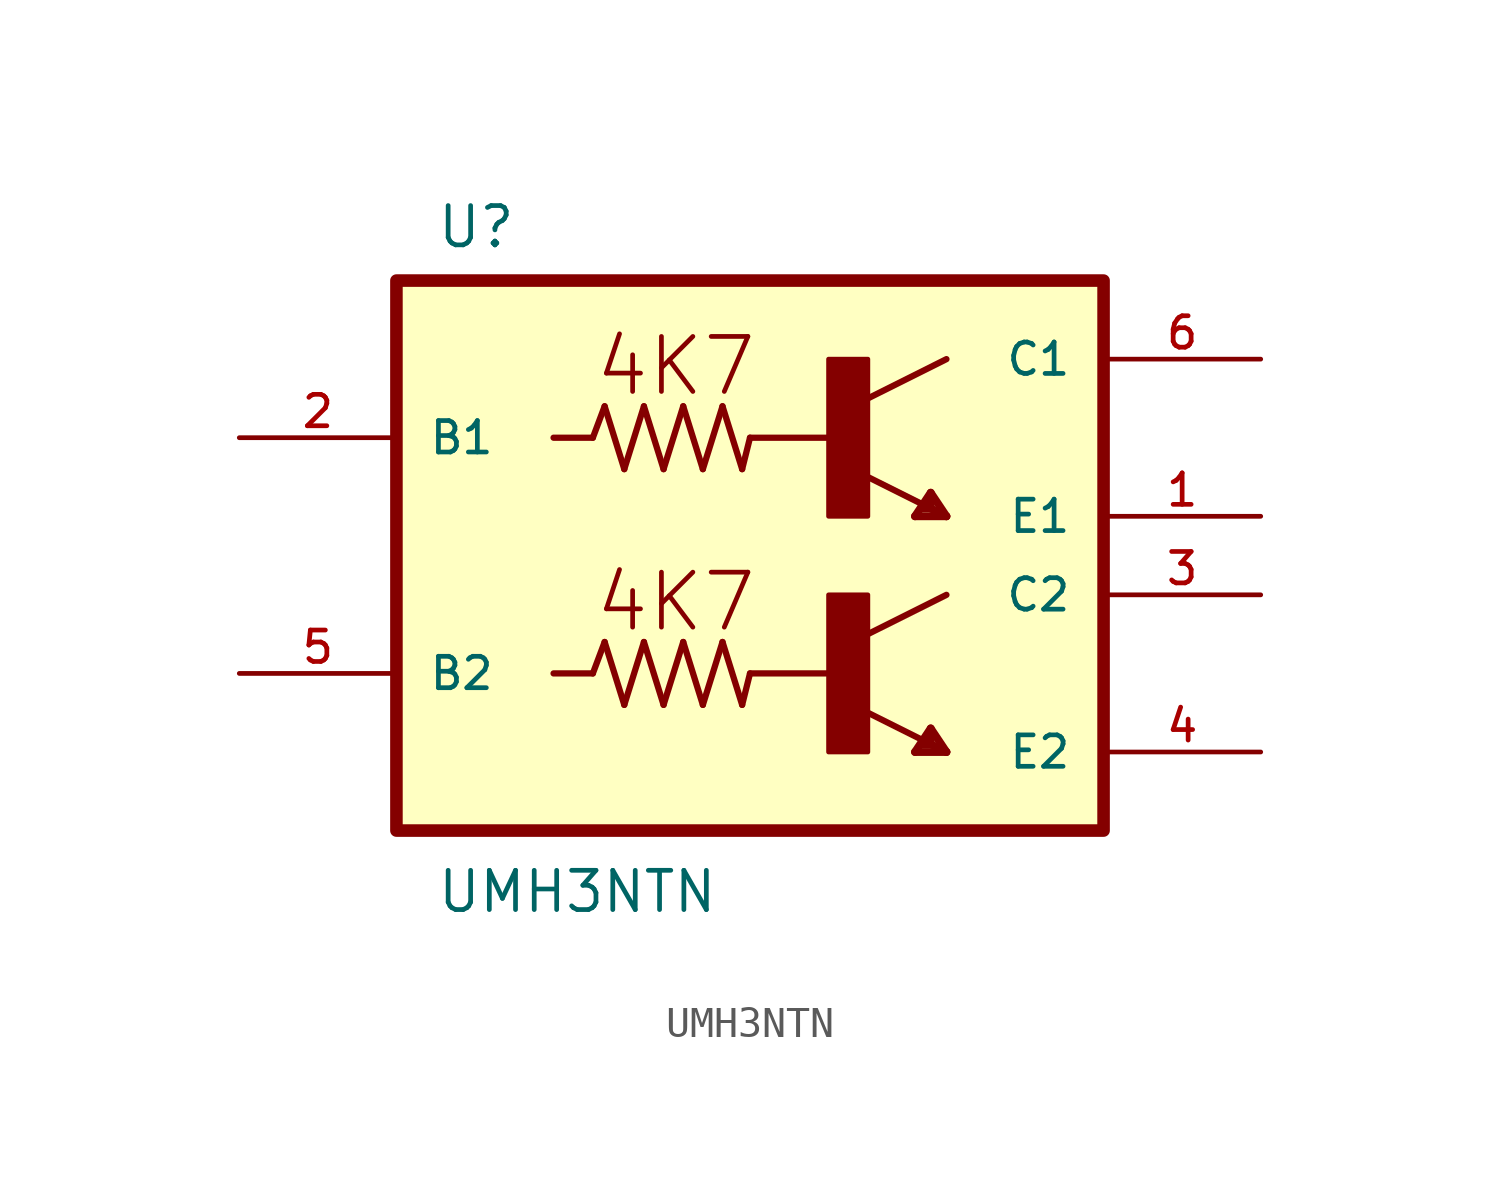
<source format=kicad_sym>
(kicad_symbol_lib
  (version 20211014)
  (generator kicad_symbol_editor)
  (symbol "UMH3NTN"
    (pin_names
      (offset 1.016))
    (property "Reference" "U"
      (at -8.89 8.611 0)
      (effects (font (size 1.27 1.27)) (justify left bottom)))
    (property "Value" "UMH3NTN"
      (at -8.89 -12.878 0)
      (effects (font (size 1.27 1.27)) (justify left bottom)))
    (property "ki_locked" ""
      (at 0 0 0)
      (effects (font (size 1.27 1.27))))
    (symbol "UMH3NTN_0_0"
      (rectangle (start -10.16 -10.16) (end 12.7 7.62) (stroke (width 0.406) (type default) (color 0 0 0 0)) (fill (type background)))
      (polyline (pts (xy -3.81 -5.08) (xy -5.08 -5.08)) (stroke (width 0.203) (type default) (color 0 0 0 0)) (fill (type none)))
      (polyline (pts (xy -3.81 -5.08) (xy -3.429 -4.064)) (stroke (width 0.203) (type default) (color 0 0 0 0)) (fill (type none)))
      (polyline (pts (xy -3.81 2.54) (xy -5.08 2.54)) (stroke (width 0.203) (type default) (color 0 0 0 0)) (fill (type none)))
      (polyline (pts (xy -3.81 2.54) (xy -3.429 3.556)) (stroke (width 0.203) (type default) (color 0 0 0 0)) (fill (type none)))
      (polyline (pts (xy -3.429 -4.064) (xy -2.794 -6.096)) (stroke (width 0.203) (type default) (color 0 0 0 0)) (fill (type none)))
      (polyline (pts (xy -3.429 3.556) (xy -2.794 1.524)) (stroke (width 0.203) (type default) (color 0 0 0 0)) (fill (type none)))
      (polyline (pts (xy -2.794 -6.096) (xy -2.159 -4.064)) (stroke (width 0.203) (type default) (color 0 0 0 0)) (fill (type none)))
      (polyline (pts (xy -2.794 1.524) (xy -2.159 3.556)) (stroke (width 0.203) (type default) (color 0 0 0 0)) (fill (type none)))
      (polyline (pts (xy -2.159 -4.064) (xy -1.524 -6.096)) (stroke (width 0.203) (type default) (color 0 0 0 0)) (fill (type none)))
      (polyline (pts (xy -2.159 3.556) (xy -1.524 1.524)) (stroke (width 0.203) (type default) (color 0 0 0 0)) (fill (type none)))
      (polyline (pts (xy -1.524 -6.096) (xy -0.889 -4.064)) (stroke (width 0.203) (type default) (color 0 0 0 0)) (fill (type none)))
      (polyline (pts (xy -1.524 1.524) (xy -0.889 3.556)) (stroke (width 0.203) (type default) (color 0 0 0 0)) (fill (type none)))
      (polyline (pts (xy -0.889 -4.064) (xy -0.254 -6.096)) (stroke (width 0.203) (type default) (color 0 0 0 0)) (fill (type none)))
      (polyline (pts (xy -0.889 3.556) (xy -0.254 1.524)) (stroke (width 0.203) (type default) (color 0 0 0 0)) (fill (type none)))
      (polyline (pts (xy -0.254 -6.096) (xy 0.381 -4.064)) (stroke (width 0.203) (type default) (color 0 0 0 0)) (fill (type none)))
      (polyline (pts (xy -0.254 1.524) (xy 0.381 3.556)) (stroke (width 0.203) (type default) (color 0 0 0 0)) (fill (type none)))
      (polyline (pts (xy 0.381 -4.064) (xy 1.016 -6.096)) (stroke (width 0.203) (type default) (color 0 0 0 0)) (fill (type none)))
      (polyline (pts (xy 0.381 3.556) (xy 1.016 1.524)) (stroke (width 0.203) (type default) (color 0 0 0 0)) (fill (type none)))
      (polyline (pts (xy 1.016 -6.096) (xy 1.27 -5.08)) (stroke (width 0.203) (type default) (color 0 0 0 0)) (fill (type none)))
      (polyline (pts (xy 1.016 1.524) (xy 1.27 2.54)) (stroke (width 0.203) (type default) (color 0 0 0 0)) (fill (type none)))
      (polyline (pts (xy 1.27 -5.08) (xy 3.81 -5.08)) (stroke (width 0.203) (type default) (color 0 0 0 0)) (fill (type none)))
      (polyline (pts (xy 1.27 2.54) (xy 3.81 2.54)) (stroke (width 0.203) (type default) (color 0 0 0 0)) (fill (type none)))
      (polyline (pts (xy 5.08 -6.35) (xy 7.112 -7.366)) (stroke (width 0.203) (type default) (color 0 0 0 0)) (fill (type none)))
      (polyline (pts (xy 5.08 -3.81) (xy 7.62 -2.54)) (stroke (width 0.203) (type default) (color 0 0 0 0)) (fill (type none)))
      (polyline (pts (xy 5.08 1.27) (xy 7.112 0.254)) (stroke (width 0.203) (type default) (color 0 0 0 0)) (fill (type none)))
      (polyline (pts (xy 5.08 3.81) (xy 7.62 5.08)) (stroke (width 0.203) (type default) (color 0 0 0 0)) (fill (type none)))
      (polyline (pts (xy 6.604 -7.62) (xy 7.62 -7.62)) (stroke (width 0.254) (type default) (color 0 0 0 0)) (fill (type none)))
      (polyline (pts (xy 6.604 0) (xy 7.62 0)) (stroke (width 0.254) (type default) (color 0 0 0 0)) (fill (type none)))
      (polyline (pts (xy 7.112 -7.366) (xy 6.858 -7.366)) (stroke (width 0.254) (type default) (color 0 0 0 0)) (fill (type none)))
      (polyline (pts (xy 7.112 -7.366) (xy 7.62 -7.62)) (stroke (width 0.254) (type default) (color 0 0 0 0)) (fill (type none)))
      (polyline (pts (xy 7.112 -7.112) (xy 7.112 -7.366)) (stroke (width 0.254) (type default) (color 0 0 0 0)) (fill (type none)))
      (polyline (pts (xy 7.112 -6.858) (xy 6.604 -7.62)) (stroke (width 0.254) (type default) (color 0 0 0 0)) (fill (type none)))
      (polyline (pts (xy 7.112 0.254) (xy 6.858 0.254)) (stroke (width 0.254) (type default) (color 0 0 0 0)) (fill (type none)))
      (polyline (pts (xy 7.112 0.254) (xy 7.62 0)) (stroke (width 0.254) (type default) (color 0 0 0 0)) (fill (type none)))
      (polyline (pts (xy 7.112 0.508) (xy 7.112 0.254)) (stroke (width 0.254) (type default) (color 0 0 0 0)) (fill (type none)))
      (polyline (pts (xy 7.112 0.762) (xy 6.604 0)) (stroke (width 0.254) (type default) (color 0 0 0 0)) (fill (type none)))
      (polyline (pts (xy 7.62 -7.62) (xy 7.112 -6.858)) (stroke (width 0.254) (type default) (color 0 0 0 0)) (fill (type none)))
      (polyline (pts (xy 7.62 0) (xy 7.112 0.762)) (stroke (width 0.254) (type default) (color 0 0 0 0)) (fill (type none)))
      (rectangle (start 3.81 -7.62) (end 5.08 -2.54) (stroke (width 0) (type default) (color 0 0 0 0)) (fill (type outline)))
      (rectangle (start 3.81 0) (end 5.08 5.08) (stroke (width 0) (type default) (color 0 0 0 0)) (fill (type outline)))
      (text "4K7" (at -3.81 -3.81 0) (effects (font (size 1.778 1.778)) (justify left bottom)))
      (text "4K7" (at -3.81 3.81 0) (effects (font (size 1.778 1.778)) (justify left bottom)))
      (pin bidirectional line (at 17.78 0 180) (length 5.08) (name "E1" (effects (font (size 1.016 1.016)))) (number "1" (effects (font (size 1.016 1.016)))))
      (pin input line (at -15.24 2.54 0) (length 5.08) (name "B1" (effects (font (size 1.016 1.016)))) (number "2" (effects (font (size 1.016 1.016)))))
      (pin bidirectional line (at 17.78 -2.54 180) (length 5.08) (name "C2" (effects (font (size 1.016 1.016)))) (number "3" (effects (font (size 1.016 1.016)))))
      (pin bidirectional line (at 17.78 -7.62 180) (length 5.08) (name "E2" (effects (font (size 1.016 1.016)))) (number "4" (effects (font (size 1.016 1.016)))))
      (pin input line (at -15.24 -5.08 0) (length 5.08) (name "B2" (effects (font (size 1.016 1.016)))) (number "5" (effects (font (size 1.016 1.016)))))
      (pin bidirectional line (at 17.78 5.08 180) (length 5.08) (name "C1" (effects (font (size 1.016 1.016)))) (number "6" (effects (font (size 1.016 1.016))))))))
</source>
